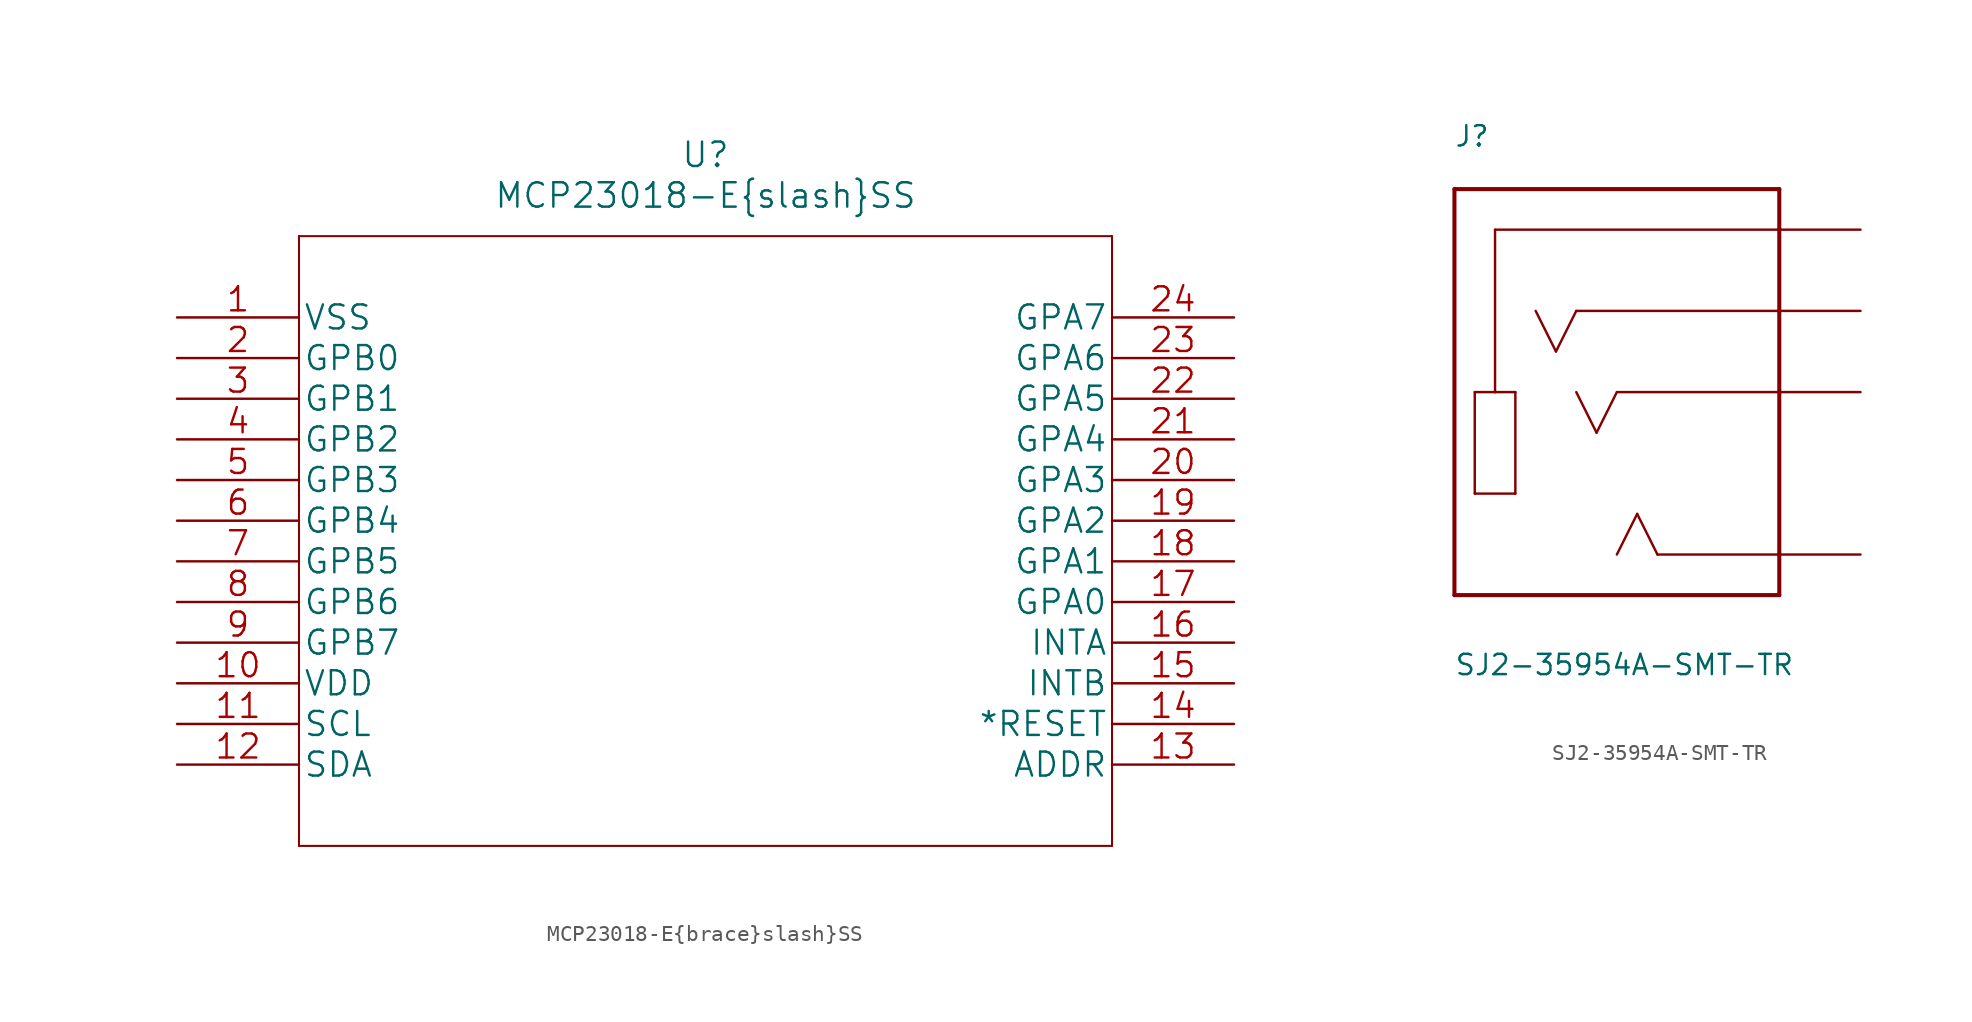
<source format=kicad_sym>
(kicad_symbol_lib
  (version 20211014)
  (generator kicad_symbol_editor)
  (symbol "MCP23018-E{brace}slash}SS"
    (pin_names
      (offset 0.254))
    (property "Reference" "U"
      (at 33.02 10.16 0)
      (effects (font (size 1.524 1.524))))
    (property "Value" "MCP23018-E{brace}slash}SS"
      (at 33.02 7.62 0)
      (effects (font (size 1.524 1.524))))
    (property "Datasheet" ""
      (at 0 0 0)
      (effects (font (size 1.524 1.524))))
    (property "ki_locked" ""
      (at 0 0 0)
      (effects (font (size 1.27 1.27))))
    (symbol "MCP23018-E{brace}slash}SS_1_1"
      (polyline (pts (xy 7.62 -33.02) (xy 58.42 -33.02)) (stroke (width 0.127) (type default) (color 0 0 0 0)) (fill (type none)))
      (polyline (pts (xy 7.62 5.08) (xy 7.62 -33.02)) (stroke (width 0.127) (type default) (color 0 0 0 0)) (fill (type none)))
      (polyline (pts (xy 58.42 -33.02) (xy 58.42 5.08)) (stroke (width 0.127) (type default) (color 0 0 0 0)) (fill (type none)))
      (polyline (pts (xy 58.42 5.08) (xy 7.62 5.08)) (stroke (width 0.127) (type default) (color 0 0 0 0)) (fill (type none)))
      (pin unspecified line (at 0 0 0) (length 7.62) (name "VSS" (effects (font (size 1.499 1.499)))) (number "1" (effects (font (size 1.499 1.499)))))
      (pin unspecified line (at 0 -22.86 0) (length 7.62) (name "VDD" (effects (font (size 1.499 1.499)))) (number "10" (effects (font (size 1.499 1.499)))))
      (pin unspecified line (at 0 -25.4 0) (length 7.62) (name "SCL" (effects (font (size 1.499 1.499)))) (number "11" (effects (font (size 1.499 1.499)))))
      (pin unspecified line (at 0 -27.94 0) (length 7.62) (name "SDA" (effects (font (size 1.499 1.499)))) (number "12" (effects (font (size 1.499 1.499)))))
      (pin unspecified line (at 66.04 -27.94 180) (length 7.62) (name "ADDR" (effects (font (size 1.499 1.499)))) (number "13" (effects (font (size 1.499 1.499)))))
      (pin unspecified line (at 66.04 -25.4 180) (length 7.62) (name "*RESET" (effects (font (size 1.499 1.499)))) (number "14" (effects (font (size 1.499 1.499)))))
      (pin unspecified line (at 66.04 -22.86 180) (length 7.62) (name "INTB" (effects (font (size 1.499 1.499)))) (number "15" (effects (font (size 1.499 1.499)))))
      (pin unspecified line (at 66.04 -20.32 180) (length 7.62) (name "INTA" (effects (font (size 1.499 1.499)))) (number "16" (effects (font (size 1.499 1.499)))))
      (pin unspecified line (at 66.04 -17.78 180) (length 7.62) (name "GPA0" (effects (font (size 1.499 1.499)))) (number "17" (effects (font (size 1.499 1.499)))))
      (pin unspecified line (at 66.04 -15.24 180) (length 7.62) (name "GPA1" (effects (font (size 1.499 1.499)))) (number "18" (effects (font (size 1.499 1.499)))))
      (pin unspecified line (at 66.04 -12.7 180) (length 7.62) (name "GPA2" (effects (font (size 1.499 1.499)))) (number "19" (effects (font (size 1.499 1.499)))))
      (pin unspecified line (at 0 -2.54 0) (length 7.62) (name "GPB0" (effects (font (size 1.499 1.499)))) (number "2" (effects (font (size 1.499 1.499)))))
      (pin unspecified line (at 66.04 -10.16 180) (length 7.62) (name "GPA3" (effects (font (size 1.499 1.499)))) (number "20" (effects (font (size 1.499 1.499)))))
      (pin unspecified line (at 66.04 -7.62 180) (length 7.62) (name "GPA4" (effects (font (size 1.499 1.499)))) (number "21" (effects (font (size 1.499 1.499)))))
      (pin unspecified line (at 66.04 -5.08 180) (length 7.62) (name "GPA5" (effects (font (size 1.499 1.499)))) (number "22" (effects (font (size 1.499 1.499)))))
      (pin unspecified line (at 66.04 -2.54 180) (length 7.62) (name "GPA6" (effects (font (size 1.499 1.499)))) (number "23" (effects (font (size 1.499 1.499)))))
      (pin unspecified line (at 66.04 0 180) (length 7.62) (name "GPA7" (effects (font (size 1.499 1.499)))) (number "24" (effects (font (size 1.499 1.499)))))
      (pin unspecified line (at 0 -5.08 0) (length 7.62) (name "GPB1" (effects (font (size 1.499 1.499)))) (number "3" (effects (font (size 1.499 1.499)))))
      (pin unspecified line (at 0 -7.62 0) (length 7.62) (name "GPB2" (effects (font (size 1.499 1.499)))) (number "4" (effects (font (size 1.499 1.499)))))
      (pin unspecified line (at 0 -10.16 0) (length 7.62) (name "GPB3" (effects (font (size 1.499 1.499)))) (number "5" (effects (font (size 1.499 1.499)))))
      (pin unspecified line (at 0 -12.7 0) (length 7.62) (name "GPB4" (effects (font (size 1.499 1.499)))) (number "6" (effects (font (size 1.499 1.499)))))
      (pin unspecified line (at 0 -15.24 0) (length 7.62) (name "GPB5" (effects (font (size 1.499 1.499)))) (number "7" (effects (font (size 1.499 1.499)))))
      (pin unspecified line (at 0 -17.78 0) (length 7.62) (name "GPB6" (effects (font (size 1.499 1.499)))) (number "8" (effects (font (size 1.499 1.499)))))
      (pin unspecified line (at 0 -20.32 0) (length 7.62) (name "GPB7" (effects (font (size 1.499 1.499)))) (number "9" (effects (font (size 1.499 1.499)))))))
  (symbol "SJ2-35954A-SMT-TR"
    (pin_numbers hide)
    (pin_names
      (offset 1.016) hide)
    (property "Reference" "J"
      (at -10.185 15.265 0)
      (effects (font (size 1.27 1.27)) (justify left bottom)))
    (property "Value" "SJ2-35954A-SMT-TR"
      (at -10.185 -17.805 0)
      (effects (font (size 1.27 1.27)) (justify left bottom)))
    (property "ki_locked" ""
      (at 0 0 0)
      (effects (font (size 1.27 1.27))))
    (symbol "SJ2-35954A-SMT-TR_0_0"
      (polyline (pts (xy -10.16 -12.7) (xy -10.16 12.7)) (stroke (width 0.254) (type default) (color 0 0 0 0)) (fill (type none)))
      (polyline (pts (xy -10.16 12.7) (xy 10.16 12.7)) (stroke (width 0.254) (type default) (color 0 0 0 0)) (fill (type none)))
      (polyline (pts (xy -8.89 -6.35) (xy -8.89 0)) (stroke (width 0.152) (type default) (color 0 0 0 0)) (fill (type none)))
      (polyline (pts (xy -8.89 0) (xy -7.62 0)) (stroke (width 0.152) (type default) (color 0 0 0 0)) (fill (type none)))
      (polyline (pts (xy -7.62 0) (xy -6.35 0)) (stroke (width 0.152) (type default) (color 0 0 0 0)) (fill (type none)))
      (polyline (pts (xy -7.62 10.16) (xy -7.62 0)) (stroke (width 0.152) (type default) (color 0 0 0 0)) (fill (type none)))
      (polyline (pts (xy -6.35 -6.35) (xy -8.89 -6.35)) (stroke (width 0.152) (type default) (color 0 0 0 0)) (fill (type none)))
      (polyline (pts (xy -6.35 0) (xy -6.35 -6.35)) (stroke (width 0.152) (type default) (color 0 0 0 0)) (fill (type none)))
      (polyline (pts (xy -3.81 2.54) (xy -5.08 5.08)) (stroke (width 0.152) (type default) (color 0 0 0 0)) (fill (type none)))
      (polyline (pts (xy -2.54 5.08) (xy -3.81 2.54)) (stroke (width 0.152) (type default) (color 0 0 0 0)) (fill (type none)))
      (polyline (pts (xy -1.27 -2.54) (xy -2.54 0)) (stroke (width 0.152) (type default) (color 0 0 0 0)) (fill (type none)))
      (polyline (pts (xy 0 0) (xy -1.27 -2.54)) (stroke (width 0.152) (type default) (color 0 0 0 0)) (fill (type none)))
      (polyline (pts (xy 1.27 -7.62) (xy 0 -10.16)) (stroke (width 0.152) (type default) (color 0 0 0 0)) (fill (type none)))
      (polyline (pts (xy 2.54 -10.16) (xy 1.27 -7.62)) (stroke (width 0.152) (type default) (color 0 0 0 0)) (fill (type none)))
      (polyline (pts (xy 10.16 -12.7) (xy -10.16 -12.7)) (stroke (width 0.254) (type default) (color 0 0 0 0)) (fill (type none)))
      (polyline (pts (xy 10.16 -10.16) (xy 2.54 -10.16)) (stroke (width 0.152) (type default) (color 0 0 0 0)) (fill (type none)))
      (polyline (pts (xy 10.16 -10.16) (xy 10.16 -12.7)) (stroke (width 0.254) (type default) (color 0 0 0 0)) (fill (type none)))
      (polyline (pts (xy 10.16 0) (xy 0 0)) (stroke (width 0.152) (type default) (color 0 0 0 0)) (fill (type none)))
      (polyline (pts (xy 10.16 0) (xy 10.16 -10.16)) (stroke (width 0.254) (type default) (color 0 0 0 0)) (fill (type none)))
      (polyline (pts (xy 10.16 5.08) (xy -2.54 5.08)) (stroke (width 0.152) (type default) (color 0 0 0 0)) (fill (type none)))
      (polyline (pts (xy 10.16 5.08) (xy 10.16 0)) (stroke (width 0.254) (type default) (color 0 0 0 0)) (fill (type none)))
      (polyline (pts (xy 10.16 10.16) (xy -7.62 10.16)) (stroke (width 0.152) (type default) (color 0 0 0 0)) (fill (type none)))
      (polyline (pts (xy 10.16 10.16) (xy 10.16 5.08)) (stroke (width 0.254) (type default) (color 0 0 0 0)) (fill (type none)))
      (polyline (pts (xy 10.16 12.7) (xy 10.16 10.16)) (stroke (width 0.254) (type default) (color 0 0 0 0)) (fill (type none)))
      (pin passive line (at 15.24 10.16 180) (length 5.08) (name "~" (effects (font (size 1.016 1.016)))) (number "1" (effects (font (size 1.016 1.016)))))
      (pin passive line (at 15.24 -10.16 180) (length 5.08) (name "~" (effects (font (size 1.016 1.016)))) (number "2" (effects (font (size 1.016 1.016)))))
      (pin passive line (at 15.24 0 180) (length 5.08) (name "~" (effects (font (size 1.016 1.016)))) (number "3" (effects (font (size 1.016 1.016)))))
      (pin passive line (at 15.24 5.08 180) (length 5.08) (name "~" (effects (font (size 1.016 1.016)))) (number "4" (effects (font (size 1.016 1.016))))))))
</source>
